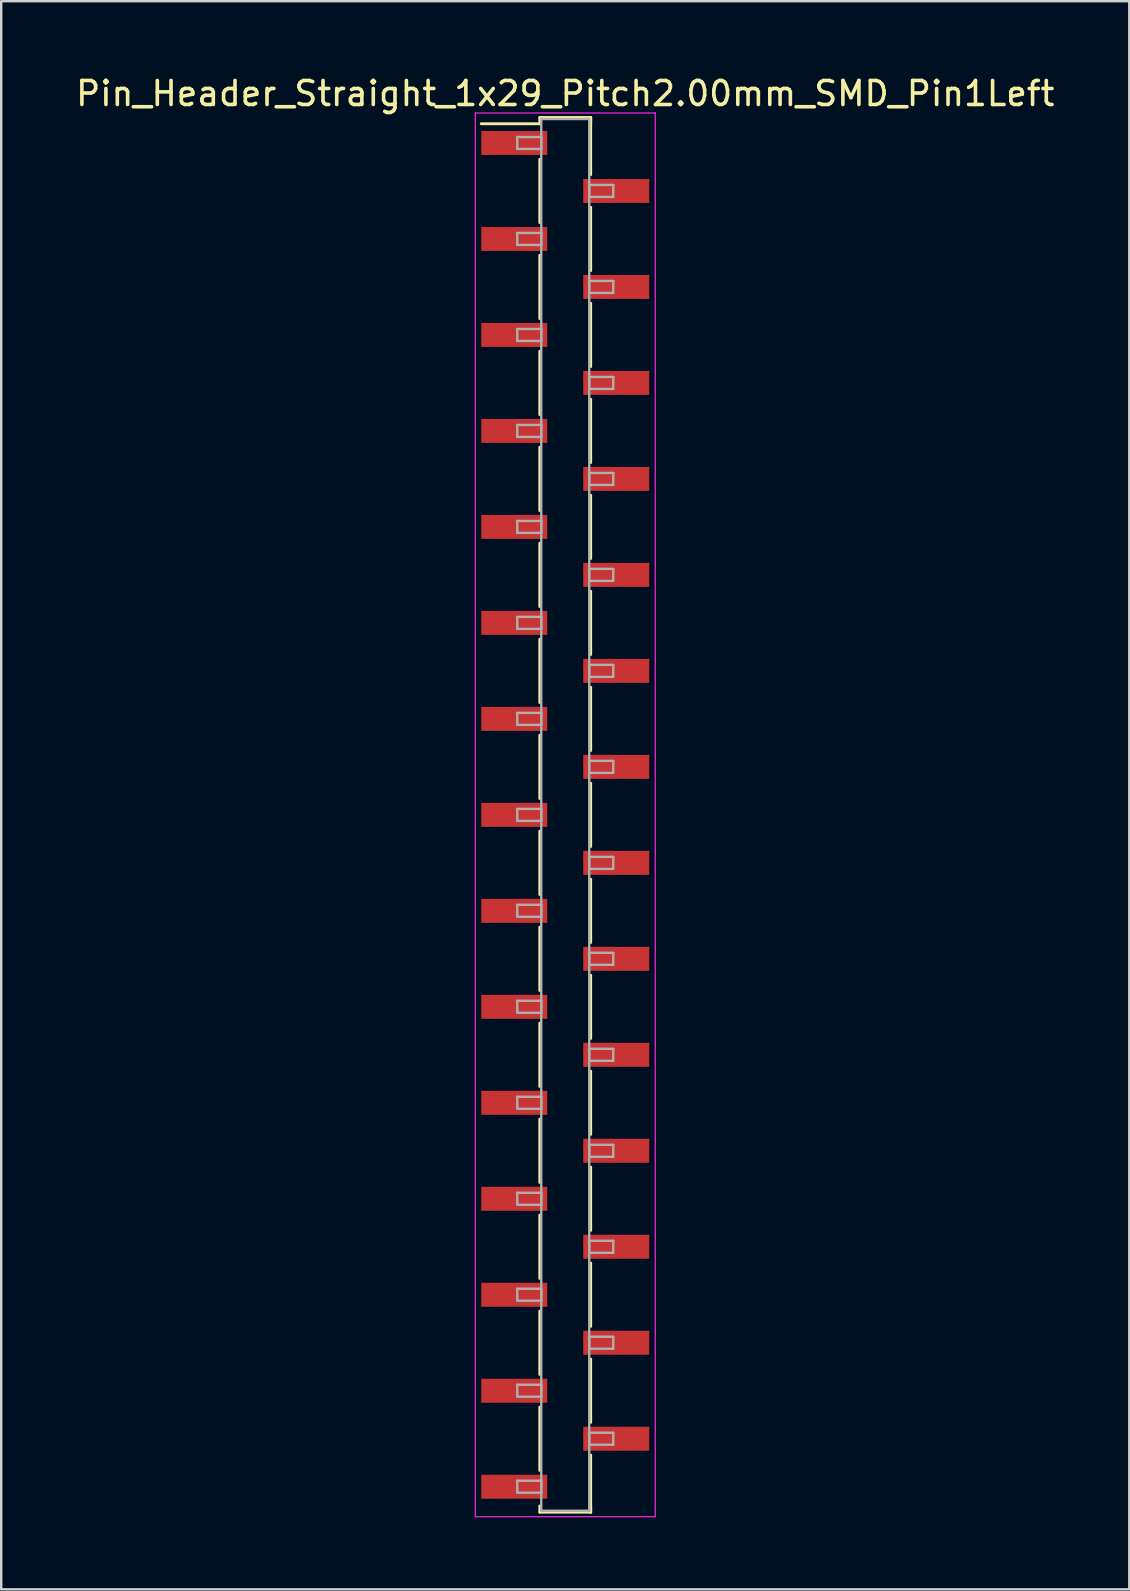
<source format=kicad_pcb>
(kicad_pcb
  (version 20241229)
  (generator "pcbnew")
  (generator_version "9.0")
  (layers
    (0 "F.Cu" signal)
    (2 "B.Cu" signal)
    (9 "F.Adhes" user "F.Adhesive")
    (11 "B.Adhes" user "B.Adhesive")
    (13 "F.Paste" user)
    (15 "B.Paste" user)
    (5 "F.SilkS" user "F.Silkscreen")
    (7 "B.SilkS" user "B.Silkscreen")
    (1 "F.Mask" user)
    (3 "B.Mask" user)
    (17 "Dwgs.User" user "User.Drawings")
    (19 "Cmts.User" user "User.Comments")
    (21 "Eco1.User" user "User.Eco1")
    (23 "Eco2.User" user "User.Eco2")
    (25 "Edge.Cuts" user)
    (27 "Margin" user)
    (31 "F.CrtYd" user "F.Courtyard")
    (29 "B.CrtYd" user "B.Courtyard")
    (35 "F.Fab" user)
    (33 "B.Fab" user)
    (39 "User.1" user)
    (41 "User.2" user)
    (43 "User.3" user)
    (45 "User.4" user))
  (footprint "Pin_Header_Straight_1x29_Pitch2.00mm_SMD_Pin1Left"
    (layer "F.Cu")
    (at 20.506 30.908)
    (property "Reference" "Pin_Header_Straight_1x29_Pitch2.00mm_SMD_Pin1Left" (at 0 -30.06 0) (layer "F.SilkS") (effects (font (size 1 1) (thickness 0.15))))
    (attr smd)
    (fp_line (start -1.06 -29.06) (end 1.06 -29.06) (stroke (width 0.12) (type solid)) (layer "F.SilkS"))
    (fp_line (start -1.06 -28.8) (end -3.5 -28.8) (stroke (width 0.12) (type solid)) (layer "F.SilkS"))
    (fp_line (start -1.06 -28.8) (end -1.06 -29.06) (stroke (width 0.12) (type solid)) (layer "F.SilkS"))
    (fp_line (start -1.06 -27.32) (end -1.06 -24.68) (stroke (width 0.12) (type solid)) (layer "F.SilkS"))
    (fp_line (start -1.06 -23.32) (end -1.06 -20.68) (stroke (width 0.12) (type solid)) (layer "F.SilkS"))
    (fp_line (start -1.06 -19.32) (end -1.06 -16.68) (stroke (width 0.12) (type solid)) (layer "F.SilkS"))
    (fp_line (start -1.06 -15.32) (end -1.06 -12.68) (stroke (width 0.12) (type solid)) (layer "F.SilkS"))
    (fp_line (start -1.06 -11.32) (end -1.06 -8.68) (stroke (width 0.12) (type solid)) (layer "F.SilkS"))
    (fp_line (start -1.06 -7.32) (end -1.06 -4.68) (stroke (width 0.12) (type solid)) (layer "F.SilkS"))
    (fp_line (start -1.06 -3.32) (end -1.06 -0.68) (stroke (width 0.12) (type solid)) (layer "F.SilkS"))
    (fp_line (start -1.06 0.68) (end -1.06 3.32) (stroke (width 0.12) (type solid)) (layer "F.SilkS"))
    (fp_line (start -1.06 4.68) (end -1.06 7.32) (stroke (width 0.12) (type solid)) (layer "F.SilkS"))
    (fp_line (start -1.06 8.68) (end -1.06 11.32) (stroke (width 0.12) (type solid)) (layer "F.SilkS"))
    (fp_line (start -1.06 12.68) (end -1.06 15.32) (stroke (width 0.12) (type solid)) (layer "F.SilkS"))
    (fp_line (start -1.06 16.68) (end -1.06 19.32) (stroke (width 0.12) (type solid)) (layer "F.SilkS"))
    (fp_line (start -1.06 20.68) (end -1.06 23.32) (stroke (width 0.12) (type solid)) (layer "F.SilkS"))
    (fp_line (start -1.06 24.68) (end -1.06 27.32) (stroke (width 0.12) (type solid)) (layer "F.SilkS"))
    (fp_line (start -1.06 28.8) (end -1.06 29.06) (stroke (width 0.12) (type solid)) (layer "F.SilkS"))
    (fp_line (start -1.06 29.06) (end 1.06 29.06) (stroke (width 0.12) (type solid)) (layer "F.SilkS"))
    (fp_line (start 1.06 -29.06) (end 1.06 -28.8) (stroke (width 0.12) (type solid)) (layer "F.SilkS"))
    (fp_line (start 1.06 -29.06) (end 1.06 -26.68) (stroke (width 0.12) (type solid)) (layer "F.SilkS"))
    (fp_line (start 1.06 -25.32) (end 1.06 -22.68) (stroke (width 0.12) (type solid)) (layer "F.SilkS"))
    (fp_line (start 1.06 -21.32) (end 1.06 -18.68) (stroke (width 0.12) (type solid)) (layer "F.SilkS"))
    (fp_line (start 1.06 -17.32) (end 1.06 -14.68) (stroke (width 0.12) (type solid)) (layer "F.SilkS"))
    (fp_line (start 1.06 -13.32) (end 1.06 -10.68) (stroke (width 0.12) (type solid)) (layer "F.SilkS"))
    (fp_line (start 1.06 -9.32) (end 1.06 -6.68) (stroke (width 0.12) (type solid)) (layer "F.SilkS"))
    (fp_line (start 1.06 -5.32) (end 1.06 -2.68) (stroke (width 0.12) (type solid)) (layer "F.SilkS"))
    (fp_line (start 1.06 -1.32) (end 1.06 1.32) (stroke (width 0.12) (type solid)) (layer "F.SilkS"))
    (fp_line (start 1.06 2.68) (end 1.06 5.32) (stroke (width 0.12) (type solid)) (layer "F.SilkS"))
    (fp_line (start 1.06 6.68) (end 1.06 9.32) (stroke (width 0.12) (type solid)) (layer "F.SilkS"))
    (fp_line (start 1.06 10.68) (end 1.06 13.32) (stroke (width 0.12) (type solid)) (layer "F.SilkS"))
    (fp_line (start 1.06 14.68) (end 1.06 17.32) (stroke (width 0.12) (type solid)) (layer "F.SilkS"))
    (fp_line (start 1.06 18.68) (end 1.06 21.32) (stroke (width 0.12) (type solid)) (layer "F.SilkS"))
    (fp_line (start 1.06 22.68) (end 1.06 25.32) (stroke (width 0.12) (type solid)) (layer "F.SilkS"))
    (fp_line (start 1.06 26.68) (end 1.06 29.06) (stroke (width 0.12) (type solid)) (layer "F.SilkS"))
    (fp_line (start 1.06 29.06) (end 1.06 28.8) (stroke (width 0.12) (type solid)) (layer "F.SilkS"))
    (fp_line (start -3.75 -29.25) (end -3.75 29.25) (stroke (width 0.05) (type solid)) (layer "F.CrtYd"))
    (fp_line (start -3.75 29.25) (end 3.75 29.25) (stroke (width 0.05) (type solid)) (layer "F.CrtYd"))
    (fp_line (start 3.75 -29.25) (end -3.75 -29.25) (stroke (width 0.05) (type solid)) (layer "F.CrtYd"))
    (fp_line (start 3.75 29.25) (end 3.75 -29.25) (stroke (width 0.05) (type solid)) (layer "F.CrtYd"))
    (fp_line (start -2 -28.25) (end -1 -28.25) (stroke (width 0.1) (type solid)) (layer "F.Fab"))
    (fp_line (start -2 -27.75) (end -2 -28.25) (stroke (width 0.1) (type solid)) (layer "F.Fab"))
    (fp_line (start -2 -24.25) (end -1 -24.25) (stroke (width 0.1) (type solid)) (layer "F.Fab"))
    (fp_line (start -2 -23.75) (end -2 -24.25) (stroke (width 0.1) (type solid)) (layer "F.Fab"))
    (fp_line (start -2 -20.25) (end -1 -20.25) (stroke (width 0.1) (type solid)) (layer "F.Fab"))
    (fp_line (start -2 -19.75) (end -2 -20.25) (stroke (width 0.1) (type solid)) (layer "F.Fab"))
    (fp_line (start -2 -16.25) (end -1 -16.25) (stroke (width 0.1) (type solid)) (layer "F.Fab"))
    (fp_line (start -2 -15.75) (end -2 -16.25) (stroke (width 0.1) (type solid)) (layer "F.Fab"))
    (fp_line (start -2 -12.25) (end -1 -12.25) (stroke (width 0.1) (type solid)) (layer "F.Fab"))
    (fp_line (start -2 -11.75) (end -2 -12.25) (stroke (width 0.1) (type solid)) (layer "F.Fab"))
    (fp_line (start -2 -8.25) (end -1 -8.25) (stroke (width 0.1) (type solid)) (layer "F.Fab"))
    (fp_line (start -2 -7.75) (end -2 -8.25) (stroke (width 0.1) (type solid)) (layer "F.Fab"))
    (fp_line (start -2 -4.25) (end -1 -4.25) (stroke (width 0.1) (type solid)) (layer "F.Fab"))
    (fp_line (start -2 -3.75) (end -2 -4.25) (stroke (width 0.1) (type solid)) (layer "F.Fab"))
    (fp_line (start -2 -0.25) (end -1 -0.25) (stroke (width 0.1) (type solid)) (layer "F.Fab"))
    (fp_line (start -2 0.25) (end -2 -0.25) (stroke (width 0.1) (type solid)) (layer "F.Fab"))
    (fp_line (start -2 3.75) (end -1 3.75) (stroke (width 0.1) (type solid)) (layer "F.Fab"))
    (fp_line (start -2 4.25) (end -2 3.75) (stroke (width 0.1) (type solid)) (layer "F.Fab"))
    (fp_line (start -2 7.75) (end -1 7.75) (stroke (width 0.1) (type solid)) (layer "F.Fab"))
    (fp_line (start -2 8.25) (end -2 7.75) (stroke (width 0.1) (type solid)) (layer "F.Fab"))
    (fp_line (start -2 11.75) (end -1 11.75) (stroke (width 0.1) (type solid)) (layer "F.Fab"))
    (fp_line (start -2 12.25) (end -2 11.75) (stroke (width 0.1) (type solid)) (layer "F.Fab"))
    (fp_line (start -2 15.75) (end -1 15.75) (stroke (width 0.1) (type solid)) (layer "F.Fab"))
    (fp_line (start -2 16.25) (end -2 15.75) (stroke (width 0.1) (type solid)) (layer "F.Fab"))
    (fp_line (start -2 19.75) (end -1 19.75) (stroke (width 0.1) (type solid)) (layer "F.Fab"))
    (fp_line (start -2 20.25) (end -2 19.75) (stroke (width 0.1) (type solid)) (layer "F.Fab"))
    (fp_line (start -2 23.75) (end -1 23.75) (stroke (width 0.1) (type solid)) (layer "F.Fab"))
    (fp_line (start -2 24.25) (end -2 23.75) (stroke (width 0.1) (type solid)) (layer "F.Fab"))
    (fp_line (start -2 27.75) (end -1 27.75) (stroke (width 0.1) (type solid)) (layer "F.Fab"))
    (fp_line (start -2 28.25) (end -2 27.75) (stroke (width 0.1) (type solid)) (layer "F.Fab"))
    (fp_line (start -1 -29) (end -1 29) (stroke (width 0.1) (type solid)) (layer "F.Fab"))
    (fp_line (start -1 -28.25) (end -1 -27.75) (stroke (width 0.1) (type solid)) (layer "F.Fab"))
    (fp_line (start -1 -27.75) (end -2 -27.75) (stroke (width 0.1) (type solid)) (layer "F.Fab"))
    (fp_line (start -1 -24.25) (end -1 -23.75) (stroke (width 0.1) (type solid)) (layer "F.Fab"))
    (fp_line (start -1 -23.75) (end -2 -23.75) (stroke (width 0.1) (type solid)) (layer "F.Fab"))
    (fp_line (start -1 -20.25) (end -1 -19.75) (stroke (width 0.1) (type solid)) (layer "F.Fab"))
    (fp_line (start -1 -19.75) (end -2 -19.75) (stroke (width 0.1) (type solid)) (layer "F.Fab"))
    (fp_line (start -1 -16.25) (end -1 -15.75) (stroke (width 0.1) (type solid)) (layer "F.Fab"))
    (fp_line (start -1 -15.75) (end -2 -15.75) (stroke (width 0.1) (type solid)) (layer "F.Fab"))
    (fp_line (start -1 -12.25) (end -1 -11.75) (stroke (width 0.1) (type solid)) (layer "F.Fab"))
    (fp_line (start -1 -11.75) (end -2 -11.75) (stroke (width 0.1) (type solid)) (layer "F.Fab"))
    (fp_line (start -1 -8.25) (end -1 -7.75) (stroke (width 0.1) (type solid)) (layer "F.Fab"))
    (fp_line (start -1 -7.75) (end -2 -7.75) (stroke (width 0.1) (type solid)) (layer "F.Fab"))
    (fp_line (start -1 -4.25) (end -1 -3.75) (stroke (width 0.1) (type solid)) (layer "F.Fab"))
    (fp_line (start -1 -3.75) (end -2 -3.75) (stroke (width 0.1) (type solid)) (layer "F.Fab"))
    (fp_line (start -1 -0.25) (end -1 0.25) (stroke (width 0.1) (type solid)) (layer "F.Fab"))
    (fp_line (start -1 0.25) (end -2 0.25) (stroke (width 0.1) (type solid)) (layer "F.Fab"))
    (fp_line (start -1 3.75) (end -1 4.25) (stroke (width 0.1) (type solid)) (layer "F.Fab"))
    (fp_line (start -1 4.25) (end -2 4.25) (stroke (width 0.1) (type solid)) (layer "F.Fab"))
    (fp_line (start -1 7.75) (end -1 8.25) (stroke (width 0.1) (type solid)) (layer "F.Fab"))
    (fp_line (start -1 8.25) (end -2 8.25) (stroke (width 0.1) (type solid)) (layer "F.Fab"))
    (fp_line (start -1 11.75) (end -1 12.25) (stroke (width 0.1) (type solid)) (layer "F.Fab"))
    (fp_line (start -1 12.25) (end -2 12.25) (stroke (width 0.1) (type solid)) (layer "F.Fab"))
    (fp_line (start -1 15.75) (end -1 16.25) (stroke (width 0.1) (type solid)) (layer "F.Fab"))
    (fp_line (start -1 16.25) (end -2 16.25) (stroke (width 0.1) (type solid)) (layer "F.Fab"))
    (fp_line (start -1 19.75) (end -1 20.25) (stroke (width 0.1) (type solid)) (layer "F.Fab"))
    (fp_line (start -1 20.25) (end -2 20.25) (stroke (width 0.1) (type solid)) (layer "F.Fab"))
    (fp_line (start -1 23.75) (end -1 24.25) (stroke (width 0.1) (type solid)) (layer "F.Fab"))
    (fp_line (start -1 24.25) (end -2 24.25) (stroke (width 0.1) (type solid)) (layer "F.Fab"))
    (fp_line (start -1 27.75) (end -1 28.25) (stroke (width 0.1) (type solid)) (layer "F.Fab"))
    (fp_line (start -1 28.25) (end -2 28.25) (stroke (width 0.1) (type solid)) (layer "F.Fab"))
    (fp_line (start -1 29) (end 1 29) (stroke (width 0.1) (type solid)) (layer "F.Fab"))
    (fp_line (start 1 -29) (end -1 -29) (stroke (width 0.1) (type solid)) (layer "F.Fab"))
    (fp_line (start 1 -26.25) (end 1 -25.75) (stroke (width 0.1) (type solid)) (layer "F.Fab"))
    (fp_line (start 1 -25.75) (end 2 -25.75) (stroke (width 0.1) (type solid)) (layer "F.Fab"))
    (fp_line (start 1 -22.25) (end 1 -21.75) (stroke (width 0.1) (type solid)) (layer "F.Fab"))
    (fp_line (start 1 -21.75) (end 2 -21.75) (stroke (width 0.1) (type solid)) (layer "F.Fab"))
    (fp_line (start 1 -18.25) (end 1 -17.75) (stroke (width 0.1) (type solid)) (layer "F.Fab"))
    (fp_line (start 1 -17.75) (end 2 -17.75) (stroke (width 0.1) (type solid)) (layer "F.Fab"))
    (fp_line (start 1 -14.25) (end 1 -13.75) (stroke (width 0.1) (type solid)) (layer "F.Fab"))
    (fp_line (start 1 -13.75) (end 2 -13.75) (stroke (width 0.1) (type solid)) (layer "F.Fab"))
    (fp_line (start 1 -10.25) (end 1 -9.75) (stroke (width 0.1) (type solid)) (layer "F.Fab"))
    (fp_line (start 1 -9.75) (end 2 -9.75) (stroke (width 0.1) (type solid)) (layer "F.Fab"))
    (fp_line (start 1 -6.25) (end 1 -5.75) (stroke (width 0.1) (type solid)) (layer "F.Fab"))
    (fp_line (start 1 -5.75) (end 2 -5.75) (stroke (width 0.1) (type solid)) (layer "F.Fab"))
    (fp_line (start 1 -2.25) (end 1 -1.75) (stroke (width 0.1) (type solid)) (layer "F.Fab"))
    (fp_line (start 1 -1.75) (end 2 -1.75) (stroke (width 0.1) (type solid)) (layer "F.Fab"))
    (fp_line (start 1 1.75) (end 1 2.25) (stroke (width 0.1) (type solid)) (layer "F.Fab"))
    (fp_line (start 1 2.25) (end 2 2.25) (stroke (width 0.1) (type solid)) (layer "F.Fab"))
    (fp_line (start 1 5.75) (end 1 6.25) (stroke (width 0.1) (type solid)) (layer "F.Fab"))
    (fp_line (start 1 6.25) (end 2 6.25) (stroke (width 0.1) (type solid)) (layer "F.Fab"))
    (fp_line (start 1 9.75) (end 1 10.25) (stroke (width 0.1) (type solid)) (layer "F.Fab"))
    (fp_line (start 1 10.25) (end 2 10.25) (stroke (width 0.1) (type solid)) (layer "F.Fab"))
    (fp_line (start 1 13.75) (end 1 14.25) (stroke (width 0.1) (type solid)) (layer "F.Fab"))
    (fp_line (start 1 14.25) (end 2 14.25) (stroke (width 0.1) (type solid)) (layer "F.Fab"))
    (fp_line (start 1 17.75) (end 1 18.25) (stroke (width 0.1) (type solid)) (layer "F.Fab"))
    (fp_line (start 1 18.25) (end 2 18.25) (stroke (width 0.1) (type solid)) (layer "F.Fab"))
    (fp_line (start 1 21.75) (end 1 22.25) (stroke (width 0.1) (type solid)) (layer "F.Fab"))
    (fp_line (start 1 22.25) (end 2 22.25) (stroke (width 0.1) (type solid)) (layer "F.Fab"))
    (fp_line (start 1 25.75) (end 1 26.25) (stroke (width 0.1) (type solid)) (layer "F.Fab"))
    (fp_line (start 1 26.25) (end 2 26.25) (stroke (width 0.1) (type solid)) (layer "F.Fab"))
    (fp_line (start 1 29) (end 1 -29) (stroke (width 0.1) (type solid)) (layer "F.Fab"))
    (fp_line (start 2 -26.25) (end 1 -26.25) (stroke (width 0.1) (type solid)) (layer "F.Fab"))
    (fp_line (start 2 -25.75) (end 2 -26.25) (stroke (width 0.1) (type solid)) (layer "F.Fab"))
    (fp_line (start 2 -22.25) (end 1 -22.25) (stroke (width 0.1) (type solid)) (layer "F.Fab"))
    (fp_line (start 2 -21.75) (end 2 -22.25) (stroke (width 0.1) (type solid)) (layer "F.Fab"))
    (fp_line (start 2 -18.25) (end 1 -18.25) (stroke (width 0.1) (type solid)) (layer "F.Fab"))
    (fp_line (start 2 -17.75) (end 2 -18.25) (stroke (width 0.1) (type solid)) (layer "F.Fab"))
    (fp_line (start 2 -14.25) (end 1 -14.25) (stroke (width 0.1) (type solid)) (layer "F.Fab"))
    (fp_line (start 2 -13.75) (end 2 -14.25) (stroke (width 0.1) (type solid)) (layer "F.Fab"))
    (fp_line (start 2 -10.25) (end 1 -10.25) (stroke (width 0.1) (type solid)) (layer "F.Fab"))
    (fp_line (start 2 -9.75) (end 2 -10.25) (stroke (width 0.1) (type solid)) (layer "F.Fab"))
    (fp_line (start 2 -6.25) (end 1 -6.25) (stroke (width 0.1) (type solid)) (layer "F.Fab"))
    (fp_line (start 2 -5.75) (end 2 -6.25) (stroke (width 0.1) (type solid)) (layer "F.Fab"))
    (fp_line (start 2 -2.25) (end 1 -2.25) (stroke (width 0.1) (type solid)) (layer "F.Fab"))
    (fp_line (start 2 -1.75) (end 2 -2.25) (stroke (width 0.1) (type solid)) (layer "F.Fab"))
    (fp_line (start 2 1.75) (end 1 1.75) (stroke (width 0.1) (type solid)) (layer "F.Fab"))
    (fp_line (start 2 2.25) (end 2 1.75) (stroke (width 0.1) (type solid)) (layer "F.Fab"))
    (fp_line (start 2 5.75) (end 1 5.75) (stroke (width 0.1) (type solid)) (layer "F.Fab"))
    (fp_line (start 2 6.25) (end 2 5.75) (stroke (width 0.1) (type solid)) (layer "F.Fab"))
    (fp_line (start 2 9.75) (end 1 9.75) (stroke (width 0.1) (type solid)) (layer "F.Fab"))
    (fp_line (start 2 10.25) (end 2 9.75) (stroke (width 0.1) (type solid)) (layer "F.Fab"))
    (fp_line (start 2 13.75) (end 1 13.75) (stroke (width 0.1) (type solid)) (layer "F.Fab"))
    (fp_line (start 2 14.25) (end 2 13.75) (stroke (width 0.1) (type solid)) (layer "F.Fab"))
    (fp_line (start 2 17.75) (end 1 17.75) (stroke (width 0.1) (type solid)) (layer "F.Fab"))
    (fp_line (start 2 18.25) (end 2 17.75) (stroke (width 0.1) (type solid)) (layer "F.Fab"))
    (fp_line (start 2 21.75) (end 1 21.75) (stroke (width 0.1) (type solid)) (layer "F.Fab"))
    (fp_line (start 2 22.25) (end 2 21.75) (stroke (width 0.1) (type solid)) (layer "F.Fab"))
    (fp_line (start 2 25.75) (end 1 25.75) (stroke (width 0.1) (type solid)) (layer "F.Fab"))
    (fp_line (start 2 26.25) (end 2 25.75) (stroke (width 0.1) (type solid)) (layer "F.Fab"))
    (pad "1" smd rect (at -2.125 -28) (size 2.75 1) (layers "F.Cu" "F.Mask"))
    (pad "2" smd rect (at 2.125 -26) (size 2.75 1) (layers "F.Cu" "F.Mask"))
    (pad "3" smd rect (at -2.125 -24) (size 2.75 1) (layers "F.Cu" "F.Mask"))
    (pad "4" smd rect (at 2.125 -22) (size 2.75 1) (layers "F.Cu" "F.Mask"))
    (pad "5" smd rect (at -2.125 -20) (size 2.75 1) (layers "F.Cu" "F.Mask"))
    (pad "6" smd rect (at 2.125 -18) (size 2.75 1) (layers "F.Cu" "F.Mask"))
    (pad "7" smd rect (at -2.125 -16) (size 2.75 1) (layers "F.Cu" "F.Mask"))
    (pad "8" smd rect (at 2.125 -14) (size 2.75 1) (layers "F.Cu" "F.Mask"))
    (pad "9" smd rect (at -2.125 -12) (size 2.75 1) (layers "F.Cu" "F.Mask"))
    (pad "10" smd rect (at 2.125 -10) (size 2.75 1) (layers "F.Cu" "F.Mask"))
    (pad "11" smd rect (at -2.125 -8) (size 2.75 1) (layers "F.Cu" "F.Mask"))
    (pad "12" smd rect (at 2.125 -6) (size 2.75 1) (layers "F.Cu" "F.Mask"))
    (pad "13" smd rect (at -2.125 -4) (size 2.75 1) (layers "F.Cu" "F.Mask"))
    (pad "14" smd rect (at 2.125 -2) (size 2.75 1) (layers "F.Cu" "F.Mask"))
    (pad "15" smd rect (at -2.125 0) (size 2.75 1) (layers "F.Cu" "F.Mask"))
    (pad "16" smd rect (at 2.125 2) (size 2.75 1) (layers "F.Cu" "F.Mask"))
    (pad "17" smd rect (at -2.125 4) (size 2.75 1) (layers "F.Cu" "F.Mask"))
    (pad "18" smd rect (at 2.125 6) (size 2.75 1) (layers "F.Cu" "F.Mask"))
    (pad "19" smd rect (at -2.125 8) (size 2.75 1) (layers "F.Cu" "F.Mask"))
    (pad "20" smd rect (at 2.125 10) (size 2.75 1) (layers "F.Cu" "F.Mask"))
    (pad "21" smd rect (at -2.125 12) (size 2.75 1) (layers "F.Cu" "F.Mask"))
    (pad "22" smd rect (at 2.125 14) (size 2.75 1) (layers "F.Cu" "F.Mask"))
    (pad "23" smd rect (at -2.125 16) (size 2.75 1) (layers "F.Cu" "F.Mask"))
    (pad "24" smd rect (at 2.125 18) (size 2.75 1) (layers "F.Cu" "F.Mask"))
    (pad "25" smd rect (at -2.125 20) (size 2.75 1) (layers "F.Cu" "F.Mask"))
    (pad "26" smd rect (at 2.125 22) (size 2.75 1) (layers "F.Cu" "F.Mask"))
    (pad "27" smd rect (at -2.125 24) (size 2.75 1) (layers "F.Cu" "F.Mask"))
    (pad "28" smd rect (at 2.125 26) (size 2.75 1) (layers "F.Cu" "F.Mask"))
    (pad "29" smd rect (at -2.125 28) (size 2.75 1) (layers "F.Cu" "F.Mask")))
  (gr_rect
    (start -3 -3)
    (end 44.012 63.183)
    (stroke (width 0.1) (type default))
    (fill no)
    (layer "Edge.Cuts")))
</source>
